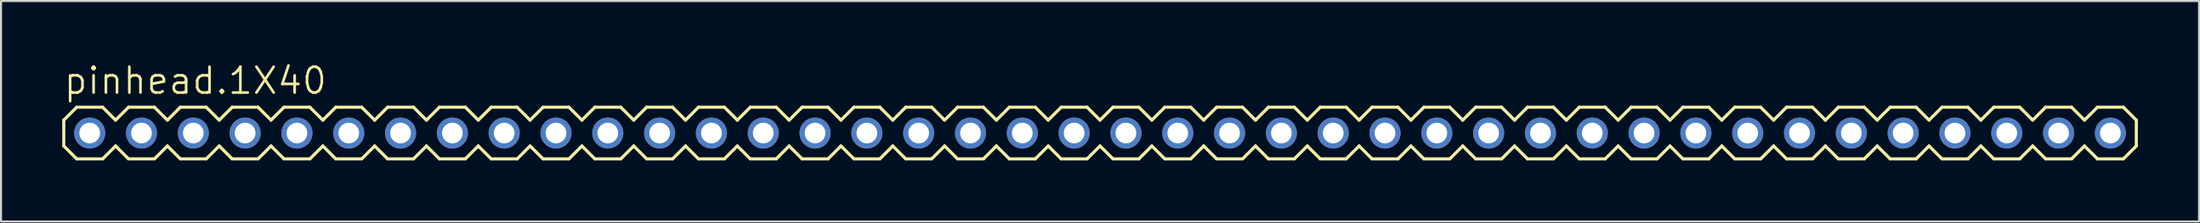
<source format=kicad_pcb>
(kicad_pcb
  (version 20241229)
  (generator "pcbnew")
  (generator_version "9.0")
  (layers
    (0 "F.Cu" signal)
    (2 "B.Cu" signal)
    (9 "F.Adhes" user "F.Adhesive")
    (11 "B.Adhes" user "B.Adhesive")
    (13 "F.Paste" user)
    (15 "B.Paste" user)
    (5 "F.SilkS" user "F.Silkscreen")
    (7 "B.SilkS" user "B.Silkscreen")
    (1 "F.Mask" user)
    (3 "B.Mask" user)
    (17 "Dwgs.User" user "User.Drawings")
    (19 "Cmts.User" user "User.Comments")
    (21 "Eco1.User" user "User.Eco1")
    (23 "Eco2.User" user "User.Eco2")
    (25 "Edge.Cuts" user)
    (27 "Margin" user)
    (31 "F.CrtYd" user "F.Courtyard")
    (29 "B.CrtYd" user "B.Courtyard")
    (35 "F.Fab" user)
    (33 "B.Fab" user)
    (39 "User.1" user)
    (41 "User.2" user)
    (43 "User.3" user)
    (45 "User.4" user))
  (footprint "pinhead.1X40"
    (layer "F.Cu")
    (at 50.876 3.489)
    (property "Reference" "pinhead.1X40" (at -50.876 -1.829 0) (layer "F.SilkS") (effects (font (size 1.27 1.27) (thickness 0.13)) (justify left bottom)))
    (attr through_hole)
    (fp_line (start -50.8 -0.635) (end -50.8 0.635) (stroke (width 0.152) (type default)) (layer "F.SilkS"))
    (fp_line (start -50.8 0.635) (end -50.165 1.27) (stroke (width 0.152) (type default)) (layer "F.SilkS"))
    (fp_line (start -50.165 -1.27) (end -50.8 -0.635) (stroke (width 0.152) (type default)) (layer "F.SilkS"))
    (fp_line (start -50.165 -1.27) (end -48.895 -1.27) (stroke (width 0.152) (type default)) (layer "F.SilkS"))
    (fp_line (start -48.895 -1.27) (end -48.26 -0.635) (stroke (width 0.152) (type default)) (layer "F.SilkS"))
    (fp_line (start -48.895 1.27) (end -50.165 1.27) (stroke (width 0.152) (type default)) (layer "F.SilkS"))
    (fp_line (start -48.26 -0.635) (end -47.625 -1.27) (stroke (width 0.152) (type default)) (layer "F.SilkS"))
    (fp_line (start -48.26 0.635) (end -48.895 1.27) (stroke (width 0.152) (type default)) (layer "F.SilkS"))
    (fp_line (start -47.625 -1.27) (end -46.355 -1.27) (stroke (width 0.152) (type default)) (layer "F.SilkS"))
    (fp_line (start -47.625 1.27) (end -48.26 0.635) (stroke (width 0.152) (type default)) (layer "F.SilkS"))
    (fp_line (start -46.355 -1.27) (end -45.72 -0.635) (stroke (width 0.152) (type default)) (layer "F.SilkS"))
    (fp_line (start -46.355 1.27) (end -47.625 1.27) (stroke (width 0.152) (type default)) (layer "F.SilkS"))
    (fp_line (start -45.72 -0.635) (end -45.085 -1.27) (stroke (width 0.152) (type default)) (layer "F.SilkS"))
    (fp_line (start -45.72 0.635) (end -46.355 1.27) (stroke (width 0.152) (type default)) (layer "F.SilkS"))
    (fp_line (start -45.085 -1.27) (end -43.815 -1.27) (stroke (width 0.152) (type default)) (layer "F.SilkS"))
    (fp_line (start -45.085 1.27) (end -45.72 0.635) (stroke (width 0.152) (type default)) (layer "F.SilkS"))
    (fp_line (start -43.815 -1.27) (end -43.18 -0.635) (stroke (width 0.152) (type default)) (layer "F.SilkS"))
    (fp_line (start -43.815 1.27) (end -45.085 1.27) (stroke (width 0.152) (type default)) (layer "F.SilkS"))
    (fp_line (start -43.18 0.635) (end -43.815 1.27) (stroke (width 0.152) (type default)) (layer "F.SilkS"))
    (fp_line (start -43.18 0.635) (end -42.545 1.27) (stroke (width 0.152) (type default)) (layer "F.SilkS"))
    (fp_line (start -42.545 -1.27) (end -43.18 -0.635) (stroke (width 0.152) (type default)) (layer "F.SilkS"))
    (fp_line (start -42.545 -1.27) (end -41.275 -1.27) (stroke (width 0.152) (type default)) (layer "F.SilkS"))
    (fp_line (start -41.275 -1.27) (end -40.64 -0.635) (stroke (width 0.152) (type default)) (layer "F.SilkS"))
    (fp_line (start -41.275 1.27) (end -42.545 1.27) (stroke (width 0.152) (type default)) (layer "F.SilkS"))
    (fp_line (start -40.64 -0.635) (end -40.005 -1.27) (stroke (width 0.152) (type default)) (layer "F.SilkS"))
    (fp_line (start -40.64 0.635) (end -41.275 1.27) (stroke (width 0.152) (type default)) (layer "F.SilkS"))
    (fp_line (start -40.005 -1.27) (end -38.735 -1.27) (stroke (width 0.152) (type default)) (layer "F.SilkS"))
    (fp_line (start -40.005 1.27) (end -40.64 0.635) (stroke (width 0.152) (type default)) (layer "F.SilkS"))
    (fp_line (start -38.735 -1.27) (end -38.1 -0.635) (stroke (width 0.152) (type default)) (layer "F.SilkS"))
    (fp_line (start -38.735 1.27) (end -40.005 1.27) (stroke (width 0.152) (type default)) (layer "F.SilkS"))
    (fp_line (start -38.1 -0.635) (end -37.465 -1.27) (stroke (width 0.152) (type default)) (layer "F.SilkS"))
    (fp_line (start -38.1 0.635) (end -38.735 1.27) (stroke (width 0.152) (type default)) (layer "F.SilkS"))
    (fp_line (start -37.465 -1.27) (end -36.195 -1.27) (stroke (width 0.152) (type default)) (layer "F.SilkS"))
    (fp_line (start -37.465 1.27) (end -38.1 0.635) (stroke (width 0.152) (type default)) (layer "F.SilkS"))
    (fp_line (start -36.195 -1.27) (end -35.56 -0.635) (stroke (width 0.152) (type default)) (layer "F.SilkS"))
    (fp_line (start -36.195 1.27) (end -37.465 1.27) (stroke (width 0.152) (type default)) (layer "F.SilkS"))
    (fp_line (start -35.56 0.635) (end -36.195 1.27) (stroke (width 0.152) (type default)) (layer "F.SilkS"))
    (fp_line (start -35.56 0.635) (end -34.925 1.27) (stroke (width 0.152) (type default)) (layer "F.SilkS"))
    (fp_line (start -34.925 -1.27) (end -35.56 -0.635) (stroke (width 0.152) (type default)) (layer "F.SilkS"))
    (fp_line (start -34.925 -1.27) (end -33.655 -1.27) (stroke (width 0.152) (type default)) (layer "F.SilkS"))
    (fp_line (start -33.655 -1.27) (end -33.02 -0.635) (stroke (width 0.152) (type default)) (layer "F.SilkS"))
    (fp_line (start -33.655 1.27) (end -34.925 1.27) (stroke (width 0.152) (type default)) (layer "F.SilkS"))
    (fp_line (start -33.02 -0.635) (end -32.385 -1.27) (stroke (width 0.152) (type default)) (layer "F.SilkS"))
    (fp_line (start -33.02 0.635) (end -33.655 1.27) (stroke (width 0.152) (type default)) (layer "F.SilkS"))
    (fp_line (start -32.385 -1.27) (end -31.115 -1.27) (stroke (width 0.152) (type default)) (layer "F.SilkS"))
    (fp_line (start -32.385 1.27) (end -33.02 0.635) (stroke (width 0.152) (type default)) (layer "F.SilkS"))
    (fp_line (start -31.115 -1.27) (end -30.48 -0.635) (stroke (width 0.152) (type default)) (layer "F.SilkS"))
    (fp_line (start -31.115 1.27) (end -32.385 1.27) (stroke (width 0.152) (type default)) (layer "F.SilkS"))
    (fp_line (start -30.48 -0.635) (end -29.845 -1.27) (stroke (width 0.152) (type default)) (layer "F.SilkS"))
    (fp_line (start -30.48 0.635) (end -31.115 1.27) (stroke (width 0.152) (type default)) (layer "F.SilkS"))
    (fp_line (start -29.845 -1.27) (end -28.575 -1.27) (stroke (width 0.152) (type default)) (layer "F.SilkS"))
    (fp_line (start -29.845 1.27) (end -30.48 0.635) (stroke (width 0.152) (type default)) (layer "F.SilkS"))
    (fp_line (start -28.575 -1.27) (end -27.94 -0.635) (stroke (width 0.152) (type default)) (layer "F.SilkS"))
    (fp_line (start -28.575 1.27) (end -29.845 1.27) (stroke (width 0.152) (type default)) (layer "F.SilkS"))
    (fp_line (start -27.94 0.635) (end -28.575 1.27) (stroke (width 0.152) (type default)) (layer "F.SilkS"))
    (fp_line (start -27.94 0.635) (end -27.305 1.27) (stroke (width 0.152) (type default)) (layer "F.SilkS"))
    (fp_line (start -27.305 -1.27) (end -27.94 -0.635) (stroke (width 0.152) (type default)) (layer "F.SilkS"))
    (fp_line (start -27.305 -1.27) (end -26.035 -1.27) (stroke (width 0.152) (type default)) (layer "F.SilkS"))
    (fp_line (start -26.035 -1.27) (end -25.4 -0.635) (stroke (width 0.152) (type default)) (layer "F.SilkS"))
    (fp_line (start -26.035 1.27) (end -27.305 1.27) (stroke (width 0.152) (type default)) (layer "F.SilkS"))
    (fp_line (start -25.4 -0.635) (end -24.765 -1.27) (stroke (width 0.152) (type default)) (layer "F.SilkS"))
    (fp_line (start -25.4 0.635) (end -26.035 1.27) (stroke (width 0.152) (type default)) (layer "F.SilkS"))
    (fp_line (start -24.765 -1.27) (end -23.495 -1.27) (stroke (width 0.152) (type default)) (layer "F.SilkS"))
    (fp_line (start -24.765 1.27) (end -25.4 0.635) (stroke (width 0.152) (type default)) (layer "F.SilkS"))
    (fp_line (start -23.495 -1.27) (end -22.86 -0.635) (stroke (width 0.152) (type default)) (layer "F.SilkS"))
    (fp_line (start -23.495 1.27) (end -24.765 1.27) (stroke (width 0.152) (type default)) (layer "F.SilkS"))
    (fp_line (start -22.86 -0.635) (end -22.225 -1.27) (stroke (width 0.152) (type default)) (layer "F.SilkS"))
    (fp_line (start -22.86 0.635) (end -23.495 1.27) (stroke (width 0.152) (type default)) (layer "F.SilkS"))
    (fp_line (start -22.225 -1.27) (end -20.955 -1.27) (stroke (width 0.152) (type default)) (layer "F.SilkS"))
    (fp_line (start -22.225 1.27) (end -22.86 0.635) (stroke (width 0.152) (type default)) (layer "F.SilkS"))
    (fp_line (start -20.955 -1.27) (end -20.32 -0.635) (stroke (width 0.152) (type default)) (layer "F.SilkS"))
    (fp_line (start -20.955 1.27) (end -22.225 1.27) (stroke (width 0.152) (type default)) (layer "F.SilkS"))
    (fp_line (start -20.32 0.635) (end -20.955 1.27) (stroke (width 0.152) (type default)) (layer "F.SilkS"))
    (fp_line (start -20.32 0.635) (end -19.685 1.27) (stroke (width 0.152) (type default)) (layer "F.SilkS"))
    (fp_line (start -19.685 -1.27) (end -20.32 -0.635) (stroke (width 0.152) (type default)) (layer "F.SilkS"))
    (fp_line (start -19.685 -1.27) (end -18.415 -1.27) (stroke (width 0.152) (type default)) (layer "F.SilkS"))
    (fp_line (start -18.415 -1.27) (end -17.78 -0.635) (stroke (width 0.152) (type default)) (layer "F.SilkS"))
    (fp_line (start -18.415 1.27) (end -19.685 1.27) (stroke (width 0.152) (type default)) (layer "F.SilkS"))
    (fp_line (start -17.78 -0.635) (end -17.145 -1.27) (stroke (width 0.152) (type default)) (layer "F.SilkS"))
    (fp_line (start -17.78 0.635) (end -18.415 1.27) (stroke (width 0.152) (type default)) (layer "F.SilkS"))
    (fp_line (start -17.145 -1.27) (end -15.875 -1.27) (stroke (width 0.152) (type default)) (layer "F.SilkS"))
    (fp_line (start -17.145 1.27) (end -17.78 0.635) (stroke (width 0.152) (type default)) (layer "F.SilkS"))
    (fp_line (start -15.875 -1.27) (end -15.24 -0.635) (stroke (width 0.152) (type default)) (layer "F.SilkS"))
    (fp_line (start -15.875 1.27) (end -17.145 1.27) (stroke (width 0.152) (type default)) (layer "F.SilkS"))
    (fp_line (start -15.24 -0.635) (end -14.605 -1.27) (stroke (width 0.152) (type default)) (layer "F.SilkS"))
    (fp_line (start -15.24 0.635) (end -15.875 1.27) (stroke (width 0.152) (type default)) (layer "F.SilkS"))
    (fp_line (start -14.605 -1.27) (end -13.335 -1.27) (stroke (width 0.152) (type default)) (layer "F.SilkS"))
    (fp_line (start -14.605 1.27) (end -15.24 0.635) (stroke (width 0.152) (type default)) (layer "F.SilkS"))
    (fp_line (start -13.335 -1.27) (end -12.7 -0.635) (stroke (width 0.152) (type default)) (layer "F.SilkS"))
    (fp_line (start -13.335 1.27) (end -14.605 1.27) (stroke (width 0.152) (type default)) (layer "F.SilkS"))
    (fp_line (start -12.7 0.635) (end -13.335 1.27) (stroke (width 0.152) (type default)) (layer "F.SilkS"))
    (fp_line (start -12.7 0.635) (end -12.065 1.27) (stroke (width 0.152) (type default)) (layer "F.SilkS"))
    (fp_line (start -12.065 -1.27) (end -12.7 -0.635) (stroke (width 0.152) (type default)) (layer "F.SilkS"))
    (fp_line (start -12.065 -1.27) (end -10.795 -1.27) (stroke (width 0.152) (type default)) (layer "F.SilkS"))
    (fp_line (start -10.795 -1.27) (end -10.16 -0.635) (stroke (width 0.152) (type default)) (layer "F.SilkS"))
    (fp_line (start -10.795 1.27) (end -12.065 1.27) (stroke (width 0.152) (type default)) (layer "F.SilkS"))
    (fp_line (start -10.16 -0.635) (end -9.525 -1.27) (stroke (width 0.152) (type default)) (layer "F.SilkS"))
    (fp_line (start -10.16 0.635) (end -10.795 1.27) (stroke (width 0.152) (type default)) (layer "F.SilkS"))
    (fp_line (start -9.525 -1.27) (end -8.255 -1.27) (stroke (width 0.152) (type default)) (layer "F.SilkS"))
    (fp_line (start -9.525 1.27) (end -10.16 0.635) (stroke (width 0.152) (type default)) (layer "F.SilkS"))
    (fp_line (start -8.255 -1.27) (end -7.62 -0.635) (stroke (width 0.152) (type default)) (layer "F.SilkS"))
    (fp_line (start -8.255 1.27) (end -9.525 1.27) (stroke (width 0.152) (type default)) (layer "F.SilkS"))
    (fp_line (start -7.62 -0.635) (end -6.985 -1.27) (stroke (width 0.152) (type default)) (layer "F.SilkS"))
    (fp_line (start -7.62 0.635) (end -8.255 1.27) (stroke (width 0.152) (type default)) (layer "F.SilkS"))
    (fp_line (start -6.985 -1.27) (end -5.715 -1.27) (stroke (width 0.152) (type default)) (layer "F.SilkS"))
    (fp_line (start -6.985 1.27) (end -7.62 0.635) (stroke (width 0.152) (type default)) (layer "F.SilkS"))
    (fp_line (start -5.715 -1.27) (end -5.08 -0.635) (stroke (width 0.152) (type default)) (layer "F.SilkS"))
    (fp_line (start -5.715 1.27) (end -6.985 1.27) (stroke (width 0.152) (type default)) (layer "F.SilkS"))
    (fp_line (start -5.08 0.635) (end -5.715 1.27) (stroke (width 0.152) (type default)) (layer "F.SilkS"))
    (fp_line (start -5.08 0.635) (end -4.445 1.27) (stroke (width 0.152) (type default)) (layer "F.SilkS"))
    (fp_line (start -4.445 -1.27) (end -5.08 -0.635) (stroke (width 0.152) (type default)) (layer "F.SilkS"))
    (fp_line (start -4.445 -1.27) (end -3.175 -1.27) (stroke (width 0.152) (type default)) (layer "F.SilkS"))
    (fp_line (start -3.175 -1.27) (end -2.54 -0.635) (stroke (width 0.152) (type default)) (layer "F.SilkS"))
    (fp_line (start -3.175 1.27) (end -4.445 1.27) (stroke (width 0.152) (type default)) (layer "F.SilkS"))
    (fp_line (start -2.54 0.635) (end -3.175 1.27) (stroke (width 0.152) (type default)) (layer "F.SilkS"))
    (fp_line (start -2.54 0.635) (end -1.905 1.27) (stroke (width 0.152) (type default)) (layer "F.SilkS"))
    (fp_line (start -1.905 -1.27) (end -2.54 -0.635) (stroke (width 0.152) (type default)) (layer "F.SilkS"))
    (fp_line (start -1.905 -1.27) (end -0.635 -1.27) (stroke (width 0.152) (type default)) (layer "F.SilkS"))
    (fp_line (start -0.635 -1.27) (end 0 -0.635) (stroke (width 0.152) (type default)) (layer "F.SilkS"))
    (fp_line (start -0.635 1.27) (end -1.905 1.27) (stroke (width 0.152) (type default)) (layer "F.SilkS"))
    (fp_line (start 0 0.635) (end -0.635 1.27) (stroke (width 0.152) (type default)) (layer "F.SilkS"))
    (fp_line (start 0 0.635) (end 0.635 1.27) (stroke (width 0.152) (type default)) (layer "F.SilkS"))
    (fp_line (start 0.635 -1.27) (end 0 -0.635) (stroke (width 0.152) (type default)) (layer "F.SilkS"))
    (fp_line (start 0.635 -1.27) (end 1.905 -1.27) (stroke (width 0.152) (type default)) (layer "F.SilkS"))
    (fp_line (start 1.905 -1.27) (end 2.54 -0.635) (stroke (width 0.152) (type default)) (layer "F.SilkS"))
    (fp_line (start 1.905 1.27) (end 0.635 1.27) (stroke (width 0.152) (type default)) (layer "F.SilkS"))
    (fp_line (start 2.54 0.635) (end 1.905 1.27) (stroke (width 0.152) (type default)) (layer "F.SilkS"))
    (fp_line (start 2.54 0.635) (end 3.175 1.27) (stroke (width 0.152) (type default)) (layer "F.SilkS"))
    (fp_line (start 3.175 -1.27) (end 2.54 -0.635) (stroke (width 0.152) (type default)) (layer "F.SilkS"))
    (fp_line (start 3.175 -1.27) (end 4.445 -1.27) (stroke (width 0.152) (type default)) (layer "F.SilkS"))
    (fp_line (start 4.445 -1.27) (end 5.08 -0.635) (stroke (width 0.152) (type default)) (layer "F.SilkS"))
    (fp_line (start 4.445 1.27) (end 3.175 1.27) (stroke (width 0.152) (type default)) (layer "F.SilkS"))
    (fp_line (start 5.08 0.635) (end 4.445 1.27) (stroke (width 0.152) (type default)) (layer "F.SilkS"))
    (fp_line (start 5.08 0.635) (end 5.715 1.27) (stroke (width 0.152) (type default)) (layer "F.SilkS"))
    (fp_line (start 5.715 -1.27) (end 5.08 -0.635) (stroke (width 0.152) (type default)) (layer "F.SilkS"))
    (fp_line (start 5.715 -1.27) (end 6.985 -1.27) (stroke (width 0.152) (type default)) (layer "F.SilkS"))
    (fp_line (start 6.985 -1.27) (end 7.62 -0.635) (stroke (width 0.152) (type default)) (layer "F.SilkS"))
    (fp_line (start 6.985 1.27) (end 5.715 1.27) (stroke (width 0.152) (type default)) (layer "F.SilkS"))
    (fp_line (start 7.62 0.635) (end 6.985 1.27) (stroke (width 0.152) (type default)) (layer "F.SilkS"))
    (fp_line (start 7.62 0.635) (end 8.255 1.27) (stroke (width 0.152) (type default)) (layer "F.SilkS"))
    (fp_line (start 8.255 -1.27) (end 7.62 -0.635) (stroke (width 0.152) (type default)) (layer "F.SilkS"))
    (fp_line (start 8.255 -1.27) (end 9.525 -1.27) (stroke (width 0.152) (type default)) (layer "F.SilkS"))
    (fp_line (start 9.525 -1.27) (end 10.16 -0.635) (stroke (width 0.152) (type default)) (layer "F.SilkS"))
    (fp_line (start 9.525 1.27) (end 8.255 1.27) (stroke (width 0.152) (type default)) (layer "F.SilkS"))
    (fp_line (start 10.16 0.635) (end 9.525 1.27) (stroke (width 0.152) (type default)) (layer "F.SilkS"))
    (fp_line (start 10.16 0.635) (end 10.795 1.27) (stroke (width 0.152) (type default)) (layer "F.SilkS"))
    (fp_line (start 10.795 -1.27) (end 10.16 -0.635) (stroke (width 0.152) (type default)) (layer "F.SilkS"))
    (fp_line (start 10.795 -1.27) (end 12.065 -1.27) (stroke (width 0.152) (type default)) (layer "F.SilkS"))
    (fp_line (start 12.065 -1.27) (end 12.7 -0.635) (stroke (width 0.152) (type default)) (layer "F.SilkS"))
    (fp_line (start 12.065 1.27) (end 10.795 1.27) (stroke (width 0.152) (type default)) (layer "F.SilkS"))
    (fp_line (start 12.7 0.635) (end 12.065 1.27) (stroke (width 0.152) (type default)) (layer "F.SilkS"))
    (fp_line (start 12.7 0.635) (end 13.335 1.27) (stroke (width 0.152) (type default)) (layer "F.SilkS"))
    (fp_line (start 13.335 -1.27) (end 12.7 -0.635) (stroke (width 0.152) (type default)) (layer "F.SilkS"))
    (fp_line (start 13.335 -1.27) (end 14.605 -1.27) (stroke (width 0.152) (type default)) (layer "F.SilkS"))
    (fp_line (start 14.605 -1.27) (end 15.24 -0.635) (stroke (width 0.152) (type default)) (layer "F.SilkS"))
    (fp_line (start 14.605 1.27) (end 13.335 1.27) (stroke (width 0.152) (type default)) (layer "F.SilkS"))
    (fp_line (start 15.24 0.635) (end 14.605 1.27) (stroke (width 0.152) (type default)) (layer "F.SilkS"))
    (fp_line (start 15.24 0.635) (end 15.875 1.27) (stroke (width 0.152) (type default)) (layer "F.SilkS"))
    (fp_line (start 15.875 -1.27) (end 15.24 -0.635) (stroke (width 0.152) (type default)) (layer "F.SilkS"))
    (fp_line (start 15.875 -1.27) (end 17.145 -1.27) (stroke (width 0.152) (type default)) (layer "F.SilkS"))
    (fp_line (start 17.145 -1.27) (end 17.78 -0.635) (stroke (width 0.152) (type default)) (layer "F.SilkS"))
    (fp_line (start 17.145 1.27) (end 15.875 1.27) (stroke (width 0.152) (type default)) (layer "F.SilkS"))
    (fp_line (start 17.78 0.635) (end 17.145 1.27) (stroke (width 0.152) (type default)) (layer "F.SilkS"))
    (fp_line (start 17.78 0.635) (end 18.415 1.27) (stroke (width 0.152) (type default)) (layer "F.SilkS"))
    (fp_line (start 18.415 -1.27) (end 17.78 -0.635) (stroke (width 0.152) (type default)) (layer "F.SilkS"))
    (fp_line (start 18.415 -1.27) (end 19.685 -1.27) (stroke (width 0.152) (type default)) (layer "F.SilkS"))
    (fp_line (start 19.685 -1.27) (end 20.32 -0.635) (stroke (width 0.152) (type default)) (layer "F.SilkS"))
    (fp_line (start 19.685 1.27) (end 18.415 1.27) (stroke (width 0.152) (type default)) (layer "F.SilkS"))
    (fp_line (start 20.32 0.635) (end 19.685 1.27) (stroke (width 0.152) (type default)) (layer "F.SilkS"))
    (fp_line (start 20.32 0.635) (end 20.955 1.27) (stroke (width 0.152) (type default)) (layer "F.SilkS"))
    (fp_line (start 20.955 -1.27) (end 20.32 -0.635) (stroke (width 0.152) (type default)) (layer "F.SilkS"))
    (fp_line (start 20.955 -1.27) (end 22.225 -1.27) (stroke (width 0.152) (type default)) (layer "F.SilkS"))
    (fp_line (start 22.225 -1.27) (end 22.86 -0.635) (stroke (width 0.152) (type default)) (layer "F.SilkS"))
    (fp_line (start 22.225 1.27) (end 20.955 1.27) (stroke (width 0.152) (type default)) (layer "F.SilkS"))
    (fp_line (start 22.86 0.635) (end 22.225 1.27) (stroke (width 0.152) (type default)) (layer "F.SilkS"))
    (fp_line (start 22.86 0.635) (end 23.495 1.27) (stroke (width 0.152) (type default)) (layer "F.SilkS"))
    (fp_line (start 23.495 -1.27) (end 22.86 -0.635) (stroke (width 0.152) (type default)) (layer "F.SilkS"))
    (fp_line (start 23.495 -1.27) (end 24.765 -1.27) (stroke (width 0.152) (type default)) (layer "F.SilkS"))
    (fp_line (start 24.765 -1.27) (end 25.4 -0.635) (stroke (width 0.152) (type default)) (layer "F.SilkS"))
    (fp_line (start 24.765 1.27) (end 23.495 1.27) (stroke (width 0.152) (type default)) (layer "F.SilkS"))
    (fp_line (start 25.4 0.635) (end 24.765 1.27) (stroke (width 0.152) (type default)) (layer "F.SilkS"))
    (fp_line (start 25.4 0.635) (end 26.035 1.27) (stroke (width 0.152) (type default)) (layer "F.SilkS"))
    (fp_line (start 26.035 -1.27) (end 25.4 -0.635) (stroke (width 0.152) (type default)) (layer "F.SilkS"))
    (fp_line (start 26.035 -1.27) (end 27.305 -1.27) (stroke (width 0.152) (type default)) (layer "F.SilkS"))
    (fp_line (start 27.305 -1.27) (end 27.94 -0.635) (stroke (width 0.152) (type default)) (layer "F.SilkS"))
    (fp_line (start 27.305 1.27) (end 26.035 1.27) (stroke (width 0.152) (type default)) (layer "F.SilkS"))
    (fp_line (start 27.94 -0.635) (end 28.575 -1.27) (stroke (width 0.152) (type default)) (layer "F.SilkS"))
    (fp_line (start 27.94 0.635) (end 27.305 1.27) (stroke (width 0.152) (type default)) (layer "F.SilkS"))
    (fp_line (start 28.575 -1.27) (end 29.845 -1.27) (stroke (width 0.152) (type default)) (layer "F.SilkS"))
    (fp_line (start 28.575 1.27) (end 27.94 0.635) (stroke (width 0.152) (type default)) (layer "F.SilkS"))
    (fp_line (start 29.845 -1.27) (end 30.48 -0.635) (stroke (width 0.152) (type default)) (layer "F.SilkS"))
    (fp_line (start 29.845 1.27) (end 28.575 1.27) (stroke (width 0.152) (type default)) (layer "F.SilkS"))
    (fp_line (start 30.48 -0.635) (end 31.115 -1.27) (stroke (width 0.152) (type default)) (layer "F.SilkS"))
    (fp_line (start 30.48 0.635) (end 29.845 1.27) (stroke (width 0.152) (type default)) (layer "F.SilkS"))
    (fp_line (start 31.115 -1.27) (end 32.385 -1.27) (stroke (width 0.152) (type default)) (layer "F.SilkS"))
    (fp_line (start 31.115 1.27) (end 30.48 0.635) (stroke (width 0.152) (type default)) (layer "F.SilkS"))
    (fp_line (start 32.385 -1.27) (end 33.02 -0.635) (stroke (width 0.152) (type default)) (layer "F.SilkS"))
    (fp_line (start 32.385 1.27) (end 31.115 1.27) (stroke (width 0.152) (type default)) (layer "F.SilkS"))
    (fp_line (start 33.02 0.635) (end 32.385 1.27) (stroke (width 0.152) (type default)) (layer "F.SilkS"))
    (fp_line (start 33.02 0.635) (end 33.655 1.27) (stroke (width 0.152) (type default)) (layer "F.SilkS"))
    (fp_line (start 33.655 -1.27) (end 33.02 -0.635) (stroke (width 0.152) (type default)) (layer "F.SilkS"))
    (fp_line (start 33.655 -1.27) (end 34.925 -1.27) (stroke (width 0.152) (type default)) (layer "F.SilkS"))
    (fp_line (start 34.925 -1.27) (end 35.56 -0.635) (stroke (width 0.152) (type default)) (layer "F.SilkS"))
    (fp_line (start 34.925 1.27) (end 33.655 1.27) (stroke (width 0.152) (type default)) (layer "F.SilkS"))
    (fp_line (start 35.56 -0.635) (end 36.195 -1.27) (stroke (width 0.152) (type default)) (layer "F.SilkS"))
    (fp_line (start 35.56 0.635) (end 34.925 1.27) (stroke (width 0.152) (type default)) (layer "F.SilkS"))
    (fp_line (start 36.195 -1.27) (end 37.465 -1.27) (stroke (width 0.152) (type default)) (layer "F.SilkS"))
    (fp_line (start 36.195 1.27) (end 35.56 0.635) (stroke (width 0.152) (type default)) (layer "F.SilkS"))
    (fp_line (start 37.465 -1.27) (end 38.1 -0.635) (stroke (width 0.152) (type default)) (layer "F.SilkS"))
    (fp_line (start 37.465 1.27) (end 36.195 1.27) (stroke (width 0.152) (type default)) (layer "F.SilkS"))
    (fp_line (start 38.1 -0.635) (end 38.735 -1.27) (stroke (width 0.152) (type default)) (layer "F.SilkS"))
    (fp_line (start 38.1 0.635) (end 37.465 1.27) (stroke (width 0.152) (type default)) (layer "F.SilkS"))
    (fp_line (start 38.735 -1.27) (end 40.005 -1.27) (stroke (width 0.152) (type default)) (layer "F.SilkS"))
    (fp_line (start 38.735 1.27) (end 38.1 0.635) (stroke (width 0.152) (type default)) (layer "F.SilkS"))
    (fp_line (start 40.005 -1.27) (end 40.64 -0.635) (stroke (width 0.152) (type default)) (layer "F.SilkS"))
    (fp_line (start 40.005 1.27) (end 38.735 1.27) (stroke (width 0.152) (type default)) (layer "F.SilkS"))
    (fp_line (start 40.64 0.635) (end 40.005 1.27) (stroke (width 0.152) (type default)) (layer "F.SilkS"))
    (fp_line (start 40.64 0.635) (end 41.275 1.27) (stroke (width 0.152) (type default)) (layer "F.SilkS"))
    (fp_line (start 41.275 -1.27) (end 40.64 -0.635) (stroke (width 0.152) (type default)) (layer "F.SilkS"))
    (fp_line (start 41.275 -1.27) (end 42.545 -1.27) (stroke (width 0.152) (type default)) (layer "F.SilkS"))
    (fp_line (start 42.545 -1.27) (end 43.18 -0.635) (stroke (width 0.152) (type default)) (layer "F.SilkS"))
    (fp_line (start 42.545 1.27) (end 41.275 1.27) (stroke (width 0.152) (type default)) (layer "F.SilkS"))
    (fp_line (start 43.18 -0.635) (end 43.815 -1.27) (stroke (width 0.152) (type default)) (layer "F.SilkS"))
    (fp_line (start 43.18 0.635) (end 42.545 1.27) (stroke (width 0.152) (type default)) (layer "F.SilkS"))
    (fp_line (start 43.815 -1.27) (end 45.085 -1.27) (stroke (width 0.152) (type default)) (layer "F.SilkS"))
    (fp_line (start 43.815 1.27) (end 43.18 0.635) (stroke (width 0.152) (type default)) (layer "F.SilkS"))
    (fp_line (start 45.085 -1.27) (end 45.72 -0.635) (stroke (width 0.152) (type default)) (layer "F.SilkS"))
    (fp_line (start 45.085 1.27) (end 43.815 1.27) (stroke (width 0.152) (type default)) (layer "F.SilkS"))
    (fp_line (start 45.72 -0.635) (end 46.355 -1.27) (stroke (width 0.152) (type default)) (layer "F.SilkS"))
    (fp_line (start 45.72 0.635) (end 45.085 1.27) (stroke (width 0.152) (type default)) (layer "F.SilkS"))
    (fp_line (start 46.355 -1.27) (end 47.625 -1.27) (stroke (width 0.152) (type default)) (layer "F.SilkS"))
    (fp_line (start 46.355 1.27) (end 45.72 0.635) (stroke (width 0.152) (type default)) (layer "F.SilkS"))
    (fp_line (start 47.625 -1.27) (end 48.26 -0.635) (stroke (width 0.152) (type default)) (layer "F.SilkS"))
    (fp_line (start 47.625 1.27) (end 46.355 1.27) (stroke (width 0.152) (type default)) (layer "F.SilkS"))
    (fp_line (start 48.26 0.635) (end 47.625 1.27) (stroke (width 0.152) (type default)) (layer "F.SilkS"))
    (fp_line (start 48.26 0.635) (end 48.895 1.27) (stroke (width 0.152) (type default)) (layer "F.SilkS"))
    (fp_line (start 48.895 -1.27) (end 48.26 -0.635) (stroke (width 0.152) (type default)) (layer "F.SilkS"))
    (fp_line (start 48.895 -1.27) (end 50.165 -1.27) (stroke (width 0.152) (type default)) (layer "F.SilkS"))
    (fp_line (start 50.165 -1.27) (end 50.8 -0.635) (stroke (width 0.152) (type default)) (layer "F.SilkS"))
    (fp_line (start 50.165 1.27) (end 48.895 1.27) (stroke (width 0.152) (type default)) (layer "F.SilkS"))
    (fp_line (start 50.8 -0.635) (end 50.8 0.635) (stroke (width 0.152) (type default)) (layer "F.SilkS"))
    (fp_line (start 50.8 0.635) (end 50.165 1.27) (stroke (width 0.152) (type default)) (layer "F.SilkS"))
    (fp_rect (start -49.784 0.254) (end -49.276 -0.254) (stroke (width 0.05) (type default)) (fill no) (layer "F.Fab"))
    (fp_rect (start -47.244 0.254) (end -46.736 -0.254) (stroke (width 0.05) (type default)) (fill no) (layer "F.Fab"))
    (fp_rect (start -44.704 0.254) (end -44.196 -0.254) (stroke (width 0.05) (type default)) (fill no) (layer "F.Fab"))
    (fp_rect (start -42.164 0.254) (end -41.656 -0.254) (stroke (width 0.05) (type default)) (fill no) (layer "F.Fab"))
    (fp_rect (start -39.624 0.254) (end -39.116 -0.254) (stroke (width 0.05) (type default)) (fill no) (layer "F.Fab"))
    (fp_rect (start -37.084 0.254) (end -36.576 -0.254) (stroke (width 0.05) (type default)) (fill no) (layer "F.Fab"))
    (fp_rect (start -34.544 0.254) (end -34.036 -0.254) (stroke (width 0.05) (type default)) (fill no) (layer "F.Fab"))
    (fp_rect (start -32.004 0.254) (end -31.496 -0.254) (stroke (width 0.05) (type default)) (fill no) (layer "F.Fab"))
    (fp_rect (start -29.464 0.254) (end -28.956 -0.254) (stroke (width 0.05) (type default)) (fill no) (layer "F.Fab"))
    (fp_rect (start -26.924 0.254) (end -26.416 -0.254) (stroke (width 0.05) (type default)) (fill no) (layer "F.Fab"))
    (fp_rect (start -24.384 0.254) (end -23.876 -0.254) (stroke (width 0.05) (type default)) (fill no) (layer "F.Fab"))
    (fp_rect (start -21.844 0.254) (end -21.336 -0.254) (stroke (width 0.05) (type default)) (fill no) (layer "F.Fab"))
    (fp_rect (start -19.304 0.254) (end -18.796 -0.254) (stroke (width 0.05) (type default)) (fill no) (layer "F.Fab"))
    (fp_rect (start -16.764 0.254) (end -16.256 -0.254) (stroke (width 0.05) (type default)) (fill no) (layer "F.Fab"))
    (fp_rect (start -14.224 0.254) (end -13.716 -0.254) (stroke (width 0.05) (type default)) (fill no) (layer "F.Fab"))
    (fp_rect (start -11.684 0.254) (end -11.176 -0.254) (stroke (width 0.05) (type default)) (fill no) (layer "F.Fab"))
    (fp_rect (start -9.144 0.254) (end -8.636 -0.254) (stroke (width 0.05) (type default)) (fill no) (layer "F.Fab"))
    (fp_rect (start -6.604 0.254) (end -6.096 -0.254) (stroke (width 0.05) (type default)) (fill no) (layer "F.Fab"))
    (fp_rect (start -4.064 0.254) (end -3.556 -0.254) (stroke (width 0.05) (type default)) (fill no) (layer "F.Fab"))
    (fp_rect (start -1.524 0.254) (end -1.016 -0.254) (stroke (width 0.05) (type default)) (fill no) (layer "F.Fab"))
    (fp_rect (start 1.016 0.254) (end 1.524 -0.254) (stroke (width 0.05) (type default)) (fill no) (layer "F.Fab"))
    (fp_rect (start 3.556 0.254) (end 4.064 -0.254) (stroke (width 0.05) (type default)) (fill no) (layer "F.Fab"))
    (fp_rect (start 6.096 0.254) (end 6.604 -0.254) (stroke (width 0.05) (type default)) (fill no) (layer "F.Fab"))
    (fp_rect (start 8.636 0.254) (end 9.144 -0.254) (stroke (width 0.05) (type default)) (fill no) (layer "F.Fab"))
    (fp_rect (start 11.176 0.254) (end 11.684 -0.254) (stroke (width 0.05) (type default)) (fill no) (layer "F.Fab"))
    (fp_rect (start 13.716 0.254) (end 14.224 -0.254) (stroke (width 0.05) (type default)) (fill no) (layer "F.Fab"))
    (fp_rect (start 16.256 0.254) (end 16.764 -0.254) (stroke (width 0.05) (type default)) (fill no) (layer "F.Fab"))
    (fp_rect (start 18.796 0.254) (end 19.304 -0.254) (stroke (width 0.05) (type default)) (fill no) (layer "F.Fab"))
    (fp_rect (start 21.336 0.254) (end 21.844 -0.254) (stroke (width 0.05) (type default)) (fill no) (layer "F.Fab"))
    (fp_rect (start 23.876 0.254) (end 24.384 -0.254) (stroke (width 0.05) (type default)) (fill no) (layer "F.Fab"))
    (fp_rect (start 26.416 0.254) (end 26.924 -0.254) (stroke (width 0.05) (type default)) (fill no) (layer "F.Fab"))
    (fp_rect (start 28.956 0.254) (end 29.464 -0.254) (stroke (width 0.05) (type default)) (fill no) (layer "F.Fab"))
    (fp_rect (start 31.496 0.254) (end 32.004 -0.254) (stroke (width 0.05) (type default)) (fill no) (layer "F.Fab"))
    (fp_rect (start 34.036 0.254) (end 34.544 -0.254) (stroke (width 0.05) (type default)) (fill no) (layer "F.Fab"))
    (fp_rect (start 36.576 0.254) (end 37.084 -0.254) (stroke (width 0.05) (type default)) (fill no) (layer "F.Fab"))
    (fp_rect (start 39.116 0.254) (end 39.624 -0.254) (stroke (width 0.05) (type default)) (fill no) (layer "F.Fab"))
    (fp_rect (start 41.656 0.254) (end 42.164 -0.254) (stroke (width 0.05) (type default)) (fill no) (layer "F.Fab"))
    (fp_rect (start 44.196 0.254) (end 44.704 -0.254) (stroke (width 0.05) (type default)) (fill no) (layer "F.Fab"))
    (fp_rect (start 46.736 0.254) (end 47.244 -0.254) (stroke (width 0.05) (type default)) (fill no) (layer "F.Fab"))
    (fp_rect (start 49.276 0.254) (end 49.784 -0.254) (stroke (width 0.05) (type default)) (fill no) (layer "F.Fab"))
    (pad "1" thru_hole circle (at -49.53 0 90) (size 1.524 1.524) (drill 1.016) (layers "*.Cu" "*.Mask"))
    (pad "2" thru_hole circle (at -46.99 0 90) (size 1.524 1.524) (drill 1.016) (layers "*.Cu" "*.Mask"))
    (pad "3" thru_hole circle (at -44.45 0 90) (size 1.524 1.524) (drill 1.016) (layers "*.Cu" "*.Mask"))
    (pad "4" thru_hole circle (at -41.91 0 90) (size 1.524 1.524) (drill 1.016) (layers "*.Cu" "*.Mask"))
    (pad "5" thru_hole circle (at -39.37 0 90) (size 1.524 1.524) (drill 1.016) (layers "*.Cu" "*.Mask"))
    (pad "6" thru_hole circle (at -36.83 0 90) (size 1.524 1.524) (drill 1.016) (layers "*.Cu" "*.Mask"))
    (pad "7" thru_hole circle (at -34.29 0 90) (size 1.524 1.524) (drill 1.016) (layers "*.Cu" "*.Mask"))
    (pad "8" thru_hole circle (at -31.75 0 90) (size 1.524 1.524) (drill 1.016) (layers "*.Cu" "*.Mask"))
    (pad "9" thru_hole circle (at -29.21 0 90) (size 1.524 1.524) (drill 1.016) (layers "*.Cu" "*.Mask"))
    (pad "10" thru_hole circle (at -26.67 0 90) (size 1.524 1.524) (drill 1.016) (layers "*.Cu" "*.Mask"))
    (pad "11" thru_hole circle (at -24.13 0 90) (size 1.524 1.524) (drill 1.016) (layers "*.Cu" "*.Mask"))
    (pad "12" thru_hole circle (at -21.59 0 90) (size 1.524 1.524) (drill 1.016) (layers "*.Cu" "*.Mask"))
    (pad "13" thru_hole circle (at -19.05 0 90) (size 1.524 1.524) (drill 1.016) (layers "*.Cu" "*.Mask"))
    (pad "14" thru_hole circle (at -16.51 0 90) (size 1.524 1.524) (drill 1.016) (layers "*.Cu" "*.Mask"))
    (pad "15" thru_hole circle (at -13.97 0 90) (size 1.524 1.524) (drill 1.016) (layers "*.Cu" "*.Mask"))
    (pad "16" thru_hole circle (at -11.43 0 90) (size 1.524 1.524) (drill 1.016) (layers "*.Cu" "*.Mask"))
    (pad "17" thru_hole circle (at -8.89 0 90) (size 1.524 1.524) (drill 1.016) (layers "*.Cu" "*.Mask"))
    (pad "18" thru_hole circle (at -6.35 0 90) (size 1.524 1.524) (drill 1.016) (layers "*.Cu" "*.Mask"))
    (pad "19" thru_hole circle (at -3.81 0 90) (size 1.524 1.524) (drill 1.016) (layers "*.Cu" "*.Mask"))
    (pad "20" thru_hole circle (at -1.27 0 90) (size 1.524 1.524) (drill 1.016) (layers "*.Cu" "*.Mask"))
    (pad "21" thru_hole circle (at 1.27 0 90) (size 1.524 1.524) (drill 1.016) (layers "*.Cu" "*.Mask"))
    (pad "22" thru_hole circle (at 3.81 0 90) (size 1.524 1.524) (drill 1.016) (layers "*.Cu" "*.Mask"))
    (pad "23" thru_hole circle (at 6.35 0 90) (size 1.524 1.524) (drill 1.016) (layers "*.Cu" "*.Mask"))
    (pad "24" thru_hole circle (at 8.89 0 90) (size 1.524 1.524) (drill 1.016) (layers "*.Cu" "*.Mask"))
    (pad "25" thru_hole circle (at 11.43 0 90) (size 1.524 1.524) (drill 1.016) (layers "*.Cu" "*.Mask"))
    (pad "26" thru_hole circle (at 13.97 0 90) (size 1.524 1.524) (drill 1.016) (layers "*.Cu" "*.Mask"))
    (pad "27" thru_hole circle (at 16.51 0 90) (size 1.524 1.524) (drill 1.016) (layers "*.Cu" "*.Mask"))
    (pad "28" thru_hole circle (at 19.05 0 90) (size 1.524 1.524) (drill 1.016) (layers "*.Cu" "*.Mask"))
    (pad "29" thru_hole circle (at 21.59 0 90) (size 1.524 1.524) (drill 1.016) (layers "*.Cu" "*.Mask"))
    (pad "30" thru_hole circle (at 24.13 0 90) (size 1.524 1.524) (drill 1.016) (layers "*.Cu" "*.Mask"))
    (pad "31" thru_hole circle (at 26.67 0 90) (size 1.524 1.524) (drill 1.016) (layers "*.Cu" "*.Mask"))
    (pad "32" thru_hole circle (at 29.21 0 90) (size 1.524 1.524) (drill 1.016) (layers "*.Cu" "*.Mask"))
    (pad "33" thru_hole circle (at 31.75 0 90) (size 1.524 1.524) (drill 1.016) (layers "*.Cu" "*.Mask"))
    (pad "34" thru_hole circle (at 34.29 0 90) (size 1.524 1.524) (drill 1.016) (layers "*.Cu" "*.Mask"))
    (pad "35" thru_hole circle (at 36.83 0 90) (size 1.524 1.524) (drill 1.016) (layers "*.Cu" "*.Mask"))
    (pad "36" thru_hole circle (at 39.37 0 90) (size 1.524 1.524) (drill 1.016) (layers "*.Cu" "*.Mask"))
    (pad "37" thru_hole circle (at 41.91 0 90) (size 1.524 1.524) (drill 1.016) (layers "*.Cu" "*.Mask"))
    (pad "38" thru_hole circle (at 44.45 0 90) (size 1.524 1.524) (drill 1.016) (layers "*.Cu" "*.Mask"))
    (pad "39" thru_hole circle (at 46.99 0 90) (size 1.524 1.524) (drill 1.016) (layers "*.Cu" "*.Mask"))
    (pad "40" thru_hole circle (at 49.53 0 90) (size 1.524 1.524) (drill 1.016) (layers "*.Cu" "*.Mask")))
  (gr_rect
    (start -3 -3)
    (end 104.752 7.835)
    (stroke (width 0.1) (type default))
    (fill no)
    (layer "Edge.Cuts")))
</source>
